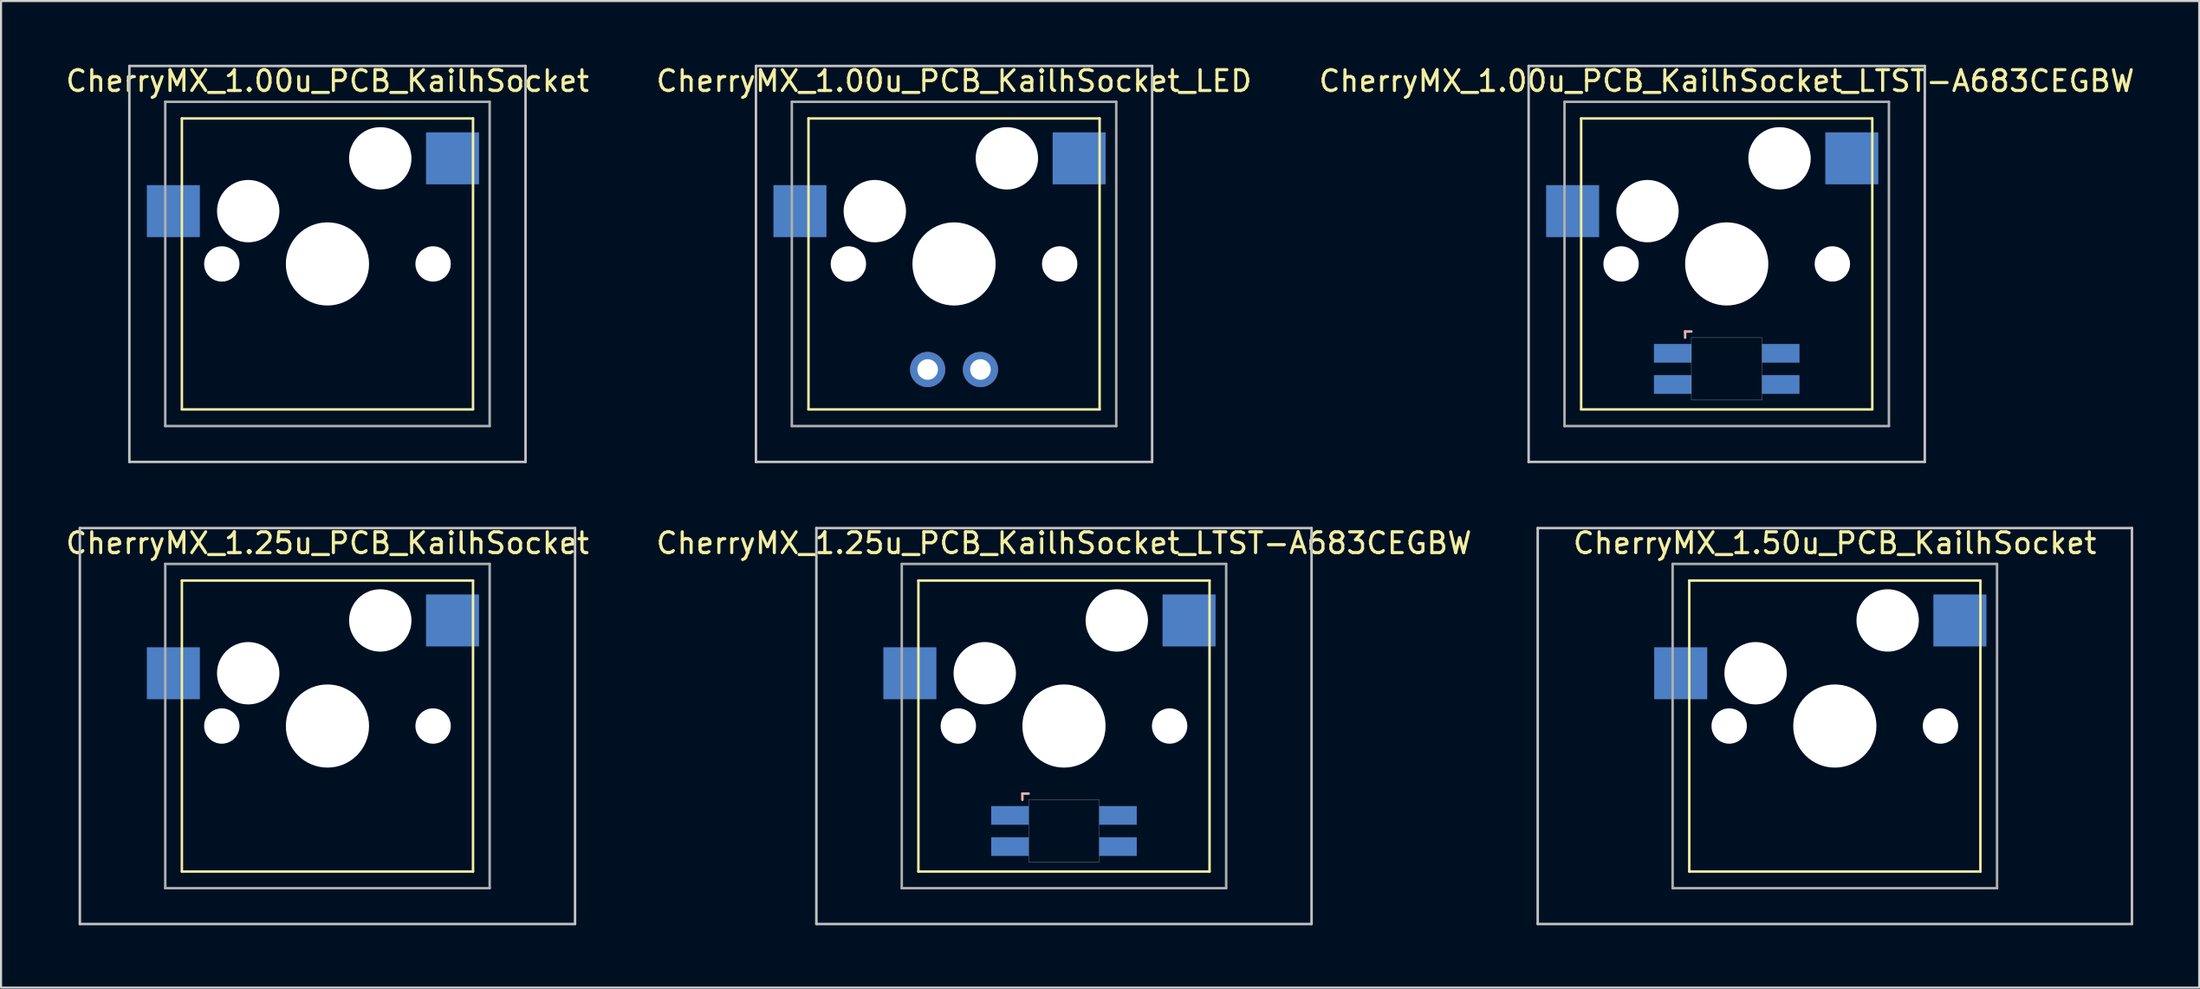
<source format=kicad_pcb>
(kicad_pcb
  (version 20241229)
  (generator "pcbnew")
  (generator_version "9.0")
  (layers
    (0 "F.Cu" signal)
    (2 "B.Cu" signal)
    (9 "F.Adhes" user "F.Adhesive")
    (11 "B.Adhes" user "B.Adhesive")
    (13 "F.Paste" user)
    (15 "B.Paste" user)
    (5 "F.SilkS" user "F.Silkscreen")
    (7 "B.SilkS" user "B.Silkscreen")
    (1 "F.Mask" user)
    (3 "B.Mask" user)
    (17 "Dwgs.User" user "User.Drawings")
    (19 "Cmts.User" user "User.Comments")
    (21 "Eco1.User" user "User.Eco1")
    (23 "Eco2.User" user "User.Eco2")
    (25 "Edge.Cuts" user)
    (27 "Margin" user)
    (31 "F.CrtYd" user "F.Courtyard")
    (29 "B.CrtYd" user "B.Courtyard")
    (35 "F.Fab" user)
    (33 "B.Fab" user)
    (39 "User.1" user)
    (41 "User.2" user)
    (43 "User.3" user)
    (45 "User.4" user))
  (footprint "CherryMX_1.25u_PCB_KailhSocket"
    (layer "F.Cu")
    (at 12.696 31.881)
    (property "Reference" "CherryMX_1.25u_PCB_KailhSocket" (at 0 -8.8 0) (layer "F.SilkS") (effects (font (size 1 1) (thickness 0.15))))
    (attr through_hole)
    (fp_line (start -7 -7) (end -7 7) (stroke (width 0.12) (type solid)) (layer "F.SilkS"))
    (fp_line (start -7 -7) (end 7 -7) (stroke (width 0.12) (type solid)) (layer "F.SilkS"))
    (fp_line (start 7 -7) (end 7 7) (stroke (width 0.12) (type solid)) (layer "F.SilkS"))
    (fp_line (start 7 7) (end -7 7) (stroke (width 0.12) (type solid)) (layer "F.SilkS"))
    (fp_line (start -11.906 -9.525) (end 11.906 -9.525) (stroke (width 0.12) (type solid)) (layer "Dwgs.User"))
    (fp_line (start -11.906 9.525) (end -11.906 -9.525) (stroke (width 0.12) (type solid)) (layer "Dwgs.User"))
    (fp_line (start 11.906 -9.525) (end 11.906 9.525) (stroke (width 0.12) (type solid)) (layer "Dwgs.User"))
    (fp_line (start 11.906 9.525) (end -11.906 9.525) (stroke (width 0.12) (type solid)) (layer "Dwgs.User"))
    (fp_line (start -7.8 -7.8) (end -7.8 7.8) (stroke (width 0.12) (type solid)) (layer "F.Fab"))
    (fp_line (start -7.8 -7.8) (end 7.8 -7.8) (stroke (width 0.12) (type solid)) (layer "F.Fab"))
    (fp_line (start -7.8 7.8) (end 7.8 7.8) (stroke (width 0.12) (type solid)) (layer "F.Fab"))
    (fp_line (start 7.8 -7.8) (end 7.8 7.8) (stroke (width 0.12) (type solid)) (layer "F.Fab"))
    (pad "" np_thru_hole circle (at -5.08 0) (size 1.7 1.7) (drill 1.7) (layers "*.Cu" "*.Mask"))
    (pad "" np_thru_hole circle (at -3.81 -2.54) (size 3 3) (drill 3) (layers "*.Cu" "*.Mask"))
    (pad "" np_thru_hole circle (at 0 0) (size 4 4) (drill 4) (layers "*.Cu" "*.Mask"))
    (pad "" np_thru_hole circle (at 2.54 -5.08) (size 3 3) (drill 3) (layers "*.Cu" "*.Mask"))
    (pad "" np_thru_hole circle (at 5.08 0) (size 1.7 1.7) (drill 1.7) (layers "*.Cu" "*.Mask"))
    (pad "1" smd rect (at -7.41 -2.54) (size 2.55 2.5) (layers "B.Cu" "B.Mask" "B.Paste"))
    (pad "2" smd rect (at 6.015 -5.08) (size 2.55 2.5) (layers "B.Cu" "B.Mask" "B.Paste")))
  (footprint "CherryMX_1.50u_PCB_KailhSocket"
    (layer "F.Cu")
    (at 85.181 31.881)
    (property "Reference" "CherryMX_1.50u_PCB_KailhSocket" (at 0 -8.8 0) (layer "F.SilkS") (effects (font (size 1 1) (thickness 0.15))))
    (attr through_hole)
    (fp_line (start -7 -7) (end -7 7) (stroke (width 0.12) (type solid)) (layer "F.SilkS"))
    (fp_line (start -7 -7) (end 7 -7) (stroke (width 0.12) (type solid)) (layer "F.SilkS"))
    (fp_line (start 7 -7) (end 7 7) (stroke (width 0.12) (type solid)) (layer "F.SilkS"))
    (fp_line (start 7 7) (end -7 7) (stroke (width 0.12) (type solid)) (layer "F.SilkS"))
    (fp_line (start -14.287 -9.525) (end 14.287 -9.525) (stroke (width 0.12) (type solid)) (layer "Dwgs.User"))
    (fp_line (start -14.287 9.525) (end -14.287 -9.525) (stroke (width 0.12) (type solid)) (layer "Dwgs.User"))
    (fp_line (start 14.287 -9.525) (end 14.287 9.525) (stroke (width 0.12) (type solid)) (layer "Dwgs.User"))
    (fp_line (start 14.287 9.525) (end -14.287 9.525) (stroke (width 0.12) (type solid)) (layer "Dwgs.User"))
    (fp_line (start -7.8 -7.8) (end -7.8 7.8) (stroke (width 0.12) (type solid)) (layer "F.Fab"))
    (fp_line (start -7.8 -7.8) (end 7.8 -7.8) (stroke (width 0.12) (type solid)) (layer "F.Fab"))
    (fp_line (start -7.8 7.8) (end 7.8 7.8) (stroke (width 0.12) (type solid)) (layer "F.Fab"))
    (fp_line (start 7.8 -7.8) (end 7.8 7.8) (stroke (width 0.12) (type solid)) (layer "F.Fab"))
    (pad "" np_thru_hole circle (at -5.08 0) (size 1.7 1.7) (drill 1.7) (layers "*.Cu" "*.Mask"))
    (pad "" np_thru_hole circle (at -3.81 -2.54) (size 3 3) (drill 3) (layers "*.Cu" "*.Mask"))
    (pad "" np_thru_hole circle (at 0 0) (size 4 4) (drill 4) (layers "*.Cu" "*.Mask"))
    (pad "" np_thru_hole circle (at 2.54 -5.08) (size 3 3) (drill 3) (layers "*.Cu" "*.Mask"))
    (pad "" np_thru_hole circle (at 5.08 0) (size 1.7 1.7) (drill 1.7) (layers "*.Cu" "*.Mask"))
    (pad "1" smd rect (at -7.41 -2.54) (size 2.55 2.5) (layers "B.Cu" "B.Mask" "B.Paste"))
    (pad "2" smd rect (at 6.015 -5.08) (size 2.55 2.5) (layers "B.Cu" "B.Mask" "B.Paste")))
  (footprint "CherryMX_1.00u_PCB_KailhSocket"
    (layer "F.Cu")
    (at 12.696 9.648)
    (property "Reference" "CherryMX_1.00u_PCB_KailhSocket" (at 0 -8.8 0) (layer "F.SilkS") (effects (font (size 1 1) (thickness 0.15))))
    (attr through_hole)
    (fp_line (start -7 -7) (end -7 7) (stroke (width 0.12) (type solid)) (layer "F.SilkS"))
    (fp_line (start -7 -7) (end 7 -7) (stroke (width 0.12) (type solid)) (layer "F.SilkS"))
    (fp_line (start 7 -7) (end 7 7) (stroke (width 0.12) (type solid)) (layer "F.SilkS"))
    (fp_line (start 7 7) (end -7 7) (stroke (width 0.12) (type solid)) (layer "F.SilkS"))
    (fp_line (start -9.525 -9.525) (end 9.525 -9.525) (stroke (width 0.12) (type solid)) (layer "Dwgs.User"))
    (fp_line (start -9.525 9.525) (end -9.525 -9.525) (stroke (width 0.12) (type solid)) (layer "Dwgs.User"))
    (fp_line (start 9.525 -9.525) (end 9.525 9.525) (stroke (width 0.12) (type solid)) (layer "Dwgs.User"))
    (fp_line (start 9.525 9.525) (end -9.525 9.525) (stroke (width 0.12) (type solid)) (layer "Dwgs.User"))
    (fp_line (start -7.8 -7.8) (end -7.8 7.8) (stroke (width 0.12) (type solid)) (layer "F.Fab"))
    (fp_line (start -7.8 -7.8) (end 7.8 -7.8) (stroke (width 0.12) (type solid)) (layer "F.Fab"))
    (fp_line (start -7.8 7.8) (end 7.8 7.8) (stroke (width 0.12) (type solid)) (layer "F.Fab"))
    (fp_line (start 7.8 -7.8) (end 7.8 7.8) (stroke (width 0.12) (type solid)) (layer "F.Fab"))
    (pad "" np_thru_hole circle (at -5.08 0) (size 1.7 1.7) (drill 1.7) (layers "*.Cu" "*.Mask"))
    (pad "" np_thru_hole circle (at -3.81 -2.54) (size 3 3) (drill 3) (layers "*.Cu" "*.Mask"))
    (pad "" np_thru_hole circle (at 0 0) (size 4 4) (drill 4) (layers "*.Cu" "*.Mask"))
    (pad "" np_thru_hole circle (at 2.54 -5.08) (size 3 3) (drill 3) (layers "*.Cu" "*.Mask"))
    (pad "" np_thru_hole circle (at 5.08 0) (size 1.7 1.7) (drill 1.7) (layers "*.Cu" "*.Mask"))
    (pad "1" smd rect (at -7.41 -2.54) (size 2.55 2.5) (layers "B.Cu" "B.Mask" "B.Paste"))
    (pad "2" smd rect (at 6.015 -5.08) (size 2.55 2.5) (layers "B.Cu" "B.Mask" "B.Paste")))
  (footprint "CherryMX_1.00u_PCB_KailhSocket_LTST-A683CEGBW"
    (layer "F.Cu")
    (at 79.982 9.648)
    (property "Reference" "CherryMX_1.00u_PCB_KailhSocket_LTST-A683CEGBW" (at 0 -8.8 0) (layer "F.SilkS") (effects (font (size 1 1) (thickness 0.15))))
    (attr through_hole)
    (fp_line (start -7 -7) (end -7 7) (stroke (width 0.12) (type solid)) (layer "F.SilkS"))
    (fp_line (start -7 -7) (end 7 -7) (stroke (width 0.12) (type solid)) (layer "F.SilkS"))
    (fp_line (start 7 -7) (end 7 7) (stroke (width 0.12) (type solid)) (layer "F.SilkS"))
    (fp_line (start 7 7) (end -7 7) (stroke (width 0.12) (type solid)) (layer "F.SilkS"))
    (fp_line (start -2 3.25) (end -2 3.55) (stroke (width 0.12) (type solid)) (layer "B.SilkS"))
    (fp_line (start -1.7 3.25) (end -2 3.25) (stroke (width 0.12) (type solid)) (layer "B.SilkS"))
    (fp_line (start -9.525 -9.525) (end 9.525 -9.525) (stroke (width 0.12) (type solid)) (layer "Dwgs.User"))
    (fp_line (start -9.525 9.525) (end -9.525 -9.525) (stroke (width 0.12) (type solid)) (layer "Dwgs.User"))
    (fp_line (start 9.525 -9.525) (end 9.525 9.525) (stroke (width 0.12) (type solid)) (layer "Dwgs.User"))
    (fp_line (start 9.525 9.525) (end -9.525 9.525) (stroke (width 0.12) (type solid)) (layer "Dwgs.User"))
    (fp_poly (pts (xy 1.7 6.55) (xy -1.7 6.55) (xy -1.7 3.55) (xy 1.7 3.55)) (stroke (width 0.01) (type solid)) (fill no) (layer "Edge.Cuts"))
    (fp_line (start -7.8 -7.8) (end -7.8 7.8) (stroke (width 0.12) (type solid)) (layer "F.Fab"))
    (fp_line (start -7.8 -7.8) (end 7.8 -7.8) (stroke (width 0.12) (type solid)) (layer "F.Fab"))
    (fp_line (start -7.8 7.8) (end 7.8 7.8) (stroke (width 0.12) (type solid)) (layer "F.Fab"))
    (fp_line (start 7.8 -7.8) (end 7.8 7.8) (stroke (width 0.12) (type solid)) (layer "F.Fab"))
    (pad "" np_thru_hole circle (at -5.08 0) (size 1.7 1.7) (drill 1.7) (layers "*.Cu" "*.Mask"))
    (pad "" np_thru_hole circle (at -3.81 -2.54) (size 3 3) (drill 3) (layers "*.Cu" "*.Mask"))
    (pad "" np_thru_hole circle (at 0 0) (size 4 4) (drill 4) (layers "*.Cu" "*.Mask"))
    (pad "" np_thru_hole circle (at 2.54 -5.08) (size 3 3) (drill 3) (layers "*.Cu" "*.Mask"))
    (pad "" np_thru_hole circle (at 5.08 0) (size 1.7 1.7) (drill 1.7) (layers "*.Cu" "*.Mask"))
    (pad "1" smd rect (at -7.41 -2.54) (size 2.55 2.5) (layers "B.Cu" "B.Mask" "B.Paste"))
    (pad "2" smd rect (at 6.015 -5.08) (size 2.55 2.5) (layers "B.Cu" "B.Mask" "B.Paste"))
    (pad "3" smd rect (at -2.6 4.3) (size 1.8 0.9) (layers "B.Cu" "B.Mask" "B.Paste"))
    (pad "4" smd rect (at -2.6 5.8) (size 1.8 0.9) (layers "B.Cu" "B.Mask" "B.Paste"))
    (pad "5" smd rect (at 2.6 4.3) (size 1.8 0.9) (layers "B.Cu" "B.Mask" "B.Paste"))
    (pad "6" smd rect (at 2.6 5.8) (size 1.8 0.9) (layers "B.Cu" "B.Mask" "B.Paste")))
  (footprint "CherryMX_1.25u_PCB_KailhSocket_LTST-A683CEGBW"
    (layer "F.Cu")
    (at 48.113 31.881)
    (property "Reference" "CherryMX_1.25u_PCB_KailhSocket_LTST-A683CEGBW" (at 0 -8.8 0) (layer "F.SilkS") (effects (font (size 1 1) (thickness 0.15))))
    (attr through_hole)
    (fp_line (start -7 -7) (end -7 7) (stroke (width 0.12) (type solid)) (layer "F.SilkS"))
    (fp_line (start -7 -7) (end 7 -7) (stroke (width 0.12) (type solid)) (layer "F.SilkS"))
    (fp_line (start 7 -7) (end 7 7) (stroke (width 0.12) (type solid)) (layer "F.SilkS"))
    (fp_line (start 7 7) (end -7 7) (stroke (width 0.12) (type solid)) (layer "F.SilkS"))
    (fp_line (start -2 3.25) (end -2 3.55) (stroke (width 0.12) (type solid)) (layer "B.SilkS"))
    (fp_line (start -1.7 3.25) (end -2 3.25) (stroke (width 0.12) (type solid)) (layer "B.SilkS"))
    (fp_line (start -11.906 -9.525) (end 11.906 -9.525) (stroke (width 0.12) (type solid)) (layer "Dwgs.User"))
    (fp_line (start -11.906 9.525) (end -11.906 -9.525) (stroke (width 0.12) (type solid)) (layer "Dwgs.User"))
    (fp_line (start 11.906 -9.525) (end 11.906 9.525) (stroke (width 0.12) (type solid)) (layer "Dwgs.User"))
    (fp_line (start 11.906 9.525) (end -11.906 9.525) (stroke (width 0.12) (type solid)) (layer "Dwgs.User"))
    (fp_poly (pts (xy 1.7 6.55) (xy -1.7 6.55) (xy -1.7 3.55) (xy 1.7 3.55)) (stroke (width 0.01) (type solid)) (fill no) (layer "Edge.Cuts"))
    (fp_line (start -7.8 -7.8) (end -7.8 7.8) (stroke (width 0.12) (type solid)) (layer "F.Fab"))
    (fp_line (start -7.8 -7.8) (end 7.8 -7.8) (stroke (width 0.12) (type solid)) (layer "F.Fab"))
    (fp_line (start -7.8 7.8) (end 7.8 7.8) (stroke (width 0.12) (type solid)) (layer "F.Fab"))
    (fp_line (start 7.8 -7.8) (end 7.8 7.8) (stroke (width 0.12) (type solid)) (layer "F.Fab"))
    (pad "" np_thru_hole circle (at -5.08 0) (size 1.7 1.7) (drill 1.7) (layers "*.Cu" "*.Mask"))
    (pad "" np_thru_hole circle (at -3.81 -2.54) (size 3 3) (drill 3) (layers "*.Cu" "*.Mask"))
    (pad "" np_thru_hole circle (at 0 0) (size 4 4) (drill 4) (layers "*.Cu" "*.Mask"))
    (pad "" np_thru_hole circle (at 2.54 -5.08) (size 3 3) (drill 3) (layers "*.Cu" "*.Mask"))
    (pad "" np_thru_hole circle (at 5.08 0) (size 1.7 1.7) (drill 1.7) (layers "*.Cu" "*.Mask"))
    (pad "1" smd rect (at -7.41 -2.54) (size 2.55 2.5) (layers "B.Cu" "B.Mask" "B.Paste"))
    (pad "2" smd rect (at 6.015 -5.08) (size 2.55 2.5) (layers "B.Cu" "B.Mask" "B.Paste"))
    (pad "3" smd rect (at -2.6 4.3) (size 1.8 0.9) (layers "B.Cu" "B.Mask" "B.Paste"))
    (pad "4" smd rect (at -2.6 5.8) (size 1.8 0.9) (layers "B.Cu" "B.Mask" "B.Paste"))
    (pad "5" smd rect (at 2.6 4.3) (size 1.8 0.9) (layers "B.Cu" "B.Mask" "B.Paste"))
    (pad "6" smd rect (at 2.6 5.8) (size 1.8 0.9) (layers "B.Cu" "B.Mask" "B.Paste")))
  (footprint "CherryMX_1.00u_PCB_KailhSocket_LED"
    (layer "F.Cu")
    (at 42.827 9.648)
    (property "Reference" "CherryMX_1.00u_PCB_KailhSocket_LED" (at 0 -8.8 0) (layer "F.SilkS") (effects (font (size 1 1) (thickness 0.15))))
    (attr through_hole)
    (fp_line (start -7 -7) (end -7 7) (stroke (width 0.12) (type solid)) (layer "F.SilkS"))
    (fp_line (start -7 -7) (end 7 -7) (stroke (width 0.12) (type solid)) (layer "F.SilkS"))
    (fp_line (start 7 -7) (end 7 7) (stroke (width 0.12) (type solid)) (layer "F.SilkS"))
    (fp_line (start 7 7) (end -7 7) (stroke (width 0.12) (type solid)) (layer "F.SilkS"))
    (fp_line (start -9.525 -9.525) (end 9.525 -9.525) (stroke (width 0.12) (type solid)) (layer "Dwgs.User"))
    (fp_line (start -9.525 9.525) (end -9.525 -9.525) (stroke (width 0.12) (type solid)) (layer "Dwgs.User"))
    (fp_line (start 9.525 -9.525) (end 9.525 9.525) (stroke (width 0.12) (type solid)) (layer "Dwgs.User"))
    (fp_line (start 9.525 9.525) (end -9.525 9.525) (stroke (width 0.12) (type solid)) (layer "Dwgs.User"))
    (fp_line (start -7.8 -7.8) (end -7.8 7.8) (stroke (width 0.12) (type solid)) (layer "F.Fab"))
    (fp_line (start -7.8 -7.8) (end 7.8 -7.8) (stroke (width 0.12) (type solid)) (layer "F.Fab"))
    (fp_line (start -7.8 7.8) (end 7.8 7.8) (stroke (width 0.12) (type solid)) (layer "F.Fab"))
    (fp_line (start 7.8 -7.8) (end 7.8 7.8) (stroke (width 0.12) (type solid)) (layer "F.Fab"))
    (pad "" np_thru_hole circle (at -5.08 0) (size 1.7 1.7) (drill 1.7) (layers "*.Cu" "*.Mask"))
    (pad "" np_thru_hole circle (at -3.81 -2.54) (size 3 3) (drill 3) (layers "*.Cu" "*.Mask"))
    (pad "" np_thru_hole circle (at 0 0) (size 4 4) (drill 4) (layers "*.Cu" "*.Mask"))
    (pad "" np_thru_hole circle (at 2.54 -5.08) (size 3 3) (drill 3) (layers "*.Cu" "*.Mask"))
    (pad "" np_thru_hole circle (at 5.08 0) (size 1.7 1.7) (drill 1.7) (layers "*.Cu" "*.Mask"))
    (pad "1" smd rect (at -7.41 -2.54) (size 2.55 2.5) (layers "B.Cu" "B.Mask" "B.Paste"))
    (pad "2" smd rect (at 6.015 -5.08) (size 2.55 2.5) (layers "B.Cu" "B.Mask" "B.Paste"))
    (pad "3" thru_hole circle (at -1.27 5.08) (size 1.691 1.691) (drill 0.991) (layers "*.Cu" "*.Mask"))
    (pad "4" thru_hole circle (at 1.27 5.08) (size 1.691 1.691) (drill 0.991) (layers "*.Cu" "*.Mask")))
  (gr_rect
    (start -3 -3)
    (end 102.702 44.467)
    (stroke (width 0.1) (type default))
    (fill no)
    (layer "Edge.Cuts")))
</source>
